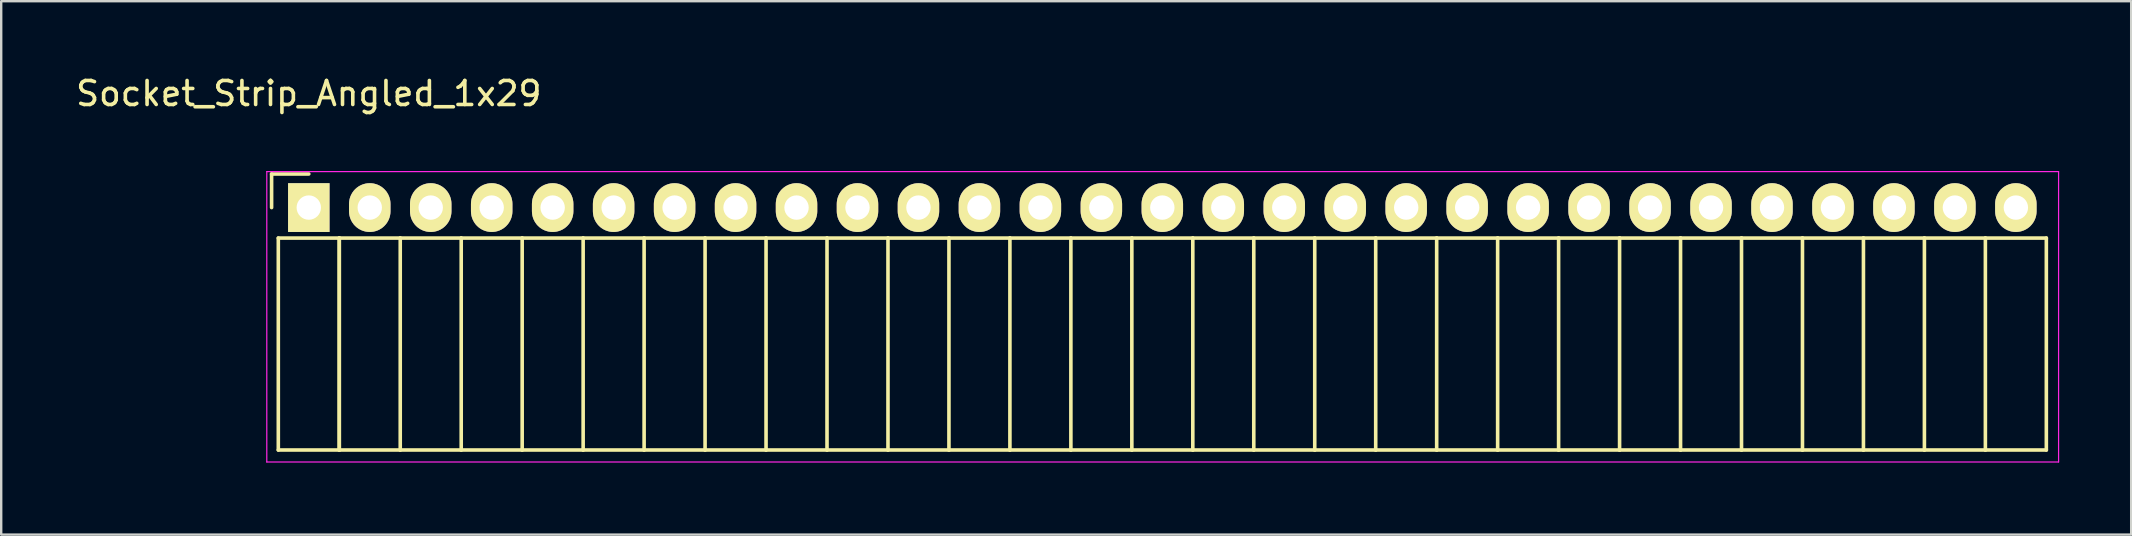
<source format=kicad_pcb>
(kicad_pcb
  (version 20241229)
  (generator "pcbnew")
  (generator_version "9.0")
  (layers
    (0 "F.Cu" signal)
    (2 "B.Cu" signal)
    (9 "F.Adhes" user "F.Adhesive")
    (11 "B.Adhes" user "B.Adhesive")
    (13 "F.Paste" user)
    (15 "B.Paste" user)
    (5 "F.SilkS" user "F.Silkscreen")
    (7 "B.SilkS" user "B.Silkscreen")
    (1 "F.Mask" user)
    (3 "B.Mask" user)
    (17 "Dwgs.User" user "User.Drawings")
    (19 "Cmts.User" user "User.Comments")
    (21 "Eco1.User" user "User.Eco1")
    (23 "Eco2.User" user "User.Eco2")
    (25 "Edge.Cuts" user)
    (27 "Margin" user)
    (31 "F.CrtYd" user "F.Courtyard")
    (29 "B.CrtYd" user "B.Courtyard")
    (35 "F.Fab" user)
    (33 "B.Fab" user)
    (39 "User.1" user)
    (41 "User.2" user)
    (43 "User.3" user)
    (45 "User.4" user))
  (footprint "Socket_Strip_Angled_1x29"
    (layer "F.Cu")
    (at 9.815 5.598)
    (property "Reference" "Socket_Strip_Angled_1x29" (at 0 -4.75 0) (layer "F.SilkS") (effects (font (size 1 1) (thickness 0.15))))
    (attr through_hole)
    (fp_line (start -1.55 -1.4) (end -1.55 0) (stroke (width 0.15) (type solid)) (layer "F.SilkS"))
    (fp_line (start -1.27 1.27) (end -1.27 10.1) (stroke (width 0.15) (type solid)) (layer "F.SilkS"))
    (fp_line (start -1.27 1.27) (end 1.27 1.27) (stroke (width 0.15) (type solid)) (layer "F.SilkS"))
    (fp_line (start -1.27 10.1) (end 1.27 10.1) (stroke (width 0.15) (type solid)) (layer "F.SilkS"))
    (fp_line (start 0 -1.4) (end -1.55 -1.4) (stroke (width 0.15) (type solid)) (layer "F.SilkS"))
    (fp_line (start 1.27 1.27) (end 1.27 10.1) (stroke (width 0.15) (type solid)) (layer "F.SilkS"))
    (fp_line (start 1.27 1.27) (end 3.81 1.27) (stroke (width 0.15) (type solid)) (layer "F.SilkS"))
    (fp_line (start 1.27 10.1) (end 1.27 1.27) (stroke (width 0.15) (type solid)) (layer "F.SilkS"))
    (fp_line (start 1.27 10.1) (end 3.81 10.1) (stroke (width 0.15) (type solid)) (layer "F.SilkS"))
    (fp_line (start 3.81 1.27) (end 6.35 1.27) (stroke (width 0.15) (type solid)) (layer "F.SilkS"))
    (fp_line (start 3.81 10.1) (end 3.81 1.27) (stroke (width 0.15) (type solid)) (layer "F.SilkS"))
    (fp_line (start 3.81 10.1) (end 6.35 10.1) (stroke (width 0.15) (type solid)) (layer "F.SilkS"))
    (fp_line (start 6.35 1.27) (end 8.89 1.27) (stroke (width 0.15) (type solid)) (layer "F.SilkS"))
    (fp_line (start 6.35 10.1) (end 6.35 1.27) (stroke (width 0.15) (type solid)) (layer "F.SilkS"))
    (fp_line (start 6.35 10.1) (end 8.89 10.1) (stroke (width 0.15) (type solid)) (layer "F.SilkS"))
    (fp_line (start 8.89 1.27) (end 11.43 1.27) (stroke (width 0.15) (type solid)) (layer "F.SilkS"))
    (fp_line (start 8.89 10.1) (end 8.89 1.27) (stroke (width 0.15) (type solid)) (layer "F.SilkS"))
    (fp_line (start 8.89 10.1) (end 11.43 10.1) (stroke (width 0.15) (type solid)) (layer "F.SilkS"))
    (fp_line (start 11.43 1.27) (end 13.97 1.27) (stroke (width 0.15) (type solid)) (layer "F.SilkS"))
    (fp_line (start 11.43 10.1) (end 11.43 1.27) (stroke (width 0.15) (type solid)) (layer "F.SilkS"))
    (fp_line (start 11.43 10.1) (end 13.97 10.1) (stroke (width 0.15) (type solid)) (layer "F.SilkS"))
    (fp_line (start 13.97 1.27) (end 16.51 1.27) (stroke (width 0.15) (type solid)) (layer "F.SilkS"))
    (fp_line (start 13.97 10.1) (end 13.97 1.27) (stroke (width 0.15) (type solid)) (layer "F.SilkS"))
    (fp_line (start 13.97 10.1) (end 16.51 10.1) (stroke (width 0.15) (type solid)) (layer "F.SilkS"))
    (fp_line (start 16.51 1.27) (end 19.05 1.27) (stroke (width 0.15) (type solid)) (layer "F.SilkS"))
    (fp_line (start 16.51 10.1) (end 16.51 1.27) (stroke (width 0.15) (type solid)) (layer "F.SilkS"))
    (fp_line (start 16.51 10.1) (end 19.05 10.1) (stroke (width 0.15) (type solid)) (layer "F.SilkS"))
    (fp_line (start 19.05 1.27) (end 21.59 1.27) (stroke (width 0.15) (type solid)) (layer "F.SilkS"))
    (fp_line (start 19.05 10.1) (end 19.05 1.27) (stroke (width 0.15) (type solid)) (layer "F.SilkS"))
    (fp_line (start 19.05 10.1) (end 21.59 10.1) (stroke (width 0.15) (type solid)) (layer "F.SilkS"))
    (fp_line (start 21.59 1.27) (end 24.13 1.27) (stroke (width 0.15) (type solid)) (layer "F.SilkS"))
    (fp_line (start 21.59 10.1) (end 21.59 1.27) (stroke (width 0.15) (type solid)) (layer "F.SilkS"))
    (fp_line (start 21.59 10.1) (end 24.13 10.1) (stroke (width 0.15) (type solid)) (layer "F.SilkS"))
    (fp_line (start 24.13 1.27) (end 26.67 1.27) (stroke (width 0.15) (type solid)) (layer "F.SilkS"))
    (fp_line (start 24.13 10.1) (end 24.13 1.27) (stroke (width 0.15) (type solid)) (layer "F.SilkS"))
    (fp_line (start 24.13 10.1) (end 26.67 10.1) (stroke (width 0.15) (type solid)) (layer "F.SilkS"))
    (fp_line (start 26.67 1.27) (end 29.21 1.27) (stroke (width 0.15) (type solid)) (layer "F.SilkS"))
    (fp_line (start 26.67 10.1) (end 26.67 1.27) (stroke (width 0.15) (type solid)) (layer "F.SilkS"))
    (fp_line (start 26.67 10.1) (end 29.21 10.1) (stroke (width 0.15) (type solid)) (layer "F.SilkS"))
    (fp_line (start 29.21 1.27) (end 31.75 1.27) (stroke (width 0.15) (type solid)) (layer "F.SilkS"))
    (fp_line (start 29.21 10.1) (end 29.21 1.27) (stroke (width 0.15) (type solid)) (layer "F.SilkS"))
    (fp_line (start 29.21 10.1) (end 31.75 10.1) (stroke (width 0.15) (type solid)) (layer "F.SilkS"))
    (fp_line (start 31.75 1.27) (end 34.29 1.27) (stroke (width 0.15) (type solid)) (layer "F.SilkS"))
    (fp_line (start 31.75 10.1) (end 31.75 1.27) (stroke (width 0.15) (type solid)) (layer "F.SilkS"))
    (fp_line (start 31.75 10.1) (end 34.29 10.1) (stroke (width 0.15) (type solid)) (layer "F.SilkS"))
    (fp_line (start 34.29 1.27) (end 36.83 1.27) (stroke (width 0.15) (type solid)) (layer "F.SilkS"))
    (fp_line (start 34.29 10.1) (end 34.29 1.27) (stroke (width 0.15) (type solid)) (layer "F.SilkS"))
    (fp_line (start 34.29 10.1) (end 36.83 10.1) (stroke (width 0.15) (type solid)) (layer "F.SilkS"))
    (fp_line (start 36.83 1.27) (end 39.37 1.27) (stroke (width 0.15) (type solid)) (layer "F.SilkS"))
    (fp_line (start 36.83 10.1) (end 36.83 1.27) (stroke (width 0.15) (type solid)) (layer "F.SilkS"))
    (fp_line (start 36.83 10.1) (end 39.37 10.1) (stroke (width 0.15) (type solid)) (layer "F.SilkS"))
    (fp_line (start 39.37 1.27) (end 41.91 1.27) (stroke (width 0.15) (type solid)) (layer "F.SilkS"))
    (fp_line (start 39.37 10.1) (end 39.37 1.27) (stroke (width 0.15) (type solid)) (layer "F.SilkS"))
    (fp_line (start 39.37 10.1) (end 41.91 10.1) (stroke (width 0.15) (type solid)) (layer "F.SilkS"))
    (fp_line (start 41.91 1.27) (end 44.45 1.27) (stroke (width 0.15) (type solid)) (layer "F.SilkS"))
    (fp_line (start 41.91 10.1) (end 41.91 1.27) (stroke (width 0.15) (type solid)) (layer "F.SilkS"))
    (fp_line (start 41.91 10.1) (end 44.45 10.1) (stroke (width 0.15) (type solid)) (layer "F.SilkS"))
    (fp_line (start 44.45 1.27) (end 46.99 1.27) (stroke (width 0.15) (type solid)) (layer "F.SilkS"))
    (fp_line (start 44.45 10.1) (end 44.45 1.27) (stroke (width 0.15) (type solid)) (layer "F.SilkS"))
    (fp_line (start 44.45 10.1) (end 46.99 10.1) (stroke (width 0.15) (type solid)) (layer "F.SilkS"))
    (fp_line (start 46.99 1.27) (end 49.53 1.27) (stroke (width 0.15) (type solid)) (layer "F.SilkS"))
    (fp_line (start 46.99 10.1) (end 46.99 1.27) (stroke (width 0.15) (type solid)) (layer "F.SilkS"))
    (fp_line (start 46.99 10.1) (end 49.53 10.1) (stroke (width 0.15) (type solid)) (layer "F.SilkS"))
    (fp_line (start 49.53 1.27) (end 52.07 1.27) (stroke (width 0.15) (type solid)) (layer "F.SilkS"))
    (fp_line (start 49.53 10.1) (end 49.53 1.27) (stroke (width 0.15) (type solid)) (layer "F.SilkS"))
    (fp_line (start 49.53 10.1) (end 52.07 10.1) (stroke (width 0.15) (type solid)) (layer "F.SilkS"))
    (fp_line (start 52.07 1.27) (end 54.61 1.27) (stroke (width 0.15) (type solid)) (layer "F.SilkS"))
    (fp_line (start 52.07 10.1) (end 52.07 1.27) (stroke (width 0.15) (type solid)) (layer "F.SilkS"))
    (fp_line (start 52.07 10.1) (end 54.61 10.1) (stroke (width 0.15) (type solid)) (layer "F.SilkS"))
    (fp_line (start 54.61 1.27) (end 57.15 1.27) (stroke (width 0.15) (type solid)) (layer "F.SilkS"))
    (fp_line (start 54.61 10.1) (end 54.61 1.27) (stroke (width 0.15) (type solid)) (layer "F.SilkS"))
    (fp_line (start 54.61 10.1) (end 57.15 10.1) (stroke (width 0.15) (type solid)) (layer "F.SilkS"))
    (fp_line (start 57.15 1.27) (end 59.69 1.27) (stroke (width 0.15) (type solid)) (layer "F.SilkS"))
    (fp_line (start 57.15 10.1) (end 57.15 1.27) (stroke (width 0.15) (type solid)) (layer "F.SilkS"))
    (fp_line (start 57.15 10.1) (end 59.69 10.1) (stroke (width 0.15) (type solid)) (layer "F.SilkS"))
    (fp_line (start 59.69 1.27) (end 62.23 1.27) (stroke (width 0.15) (type solid)) (layer "F.SilkS"))
    (fp_line (start 59.69 10.1) (end 59.69 1.27) (stroke (width 0.15) (type solid)) (layer "F.SilkS"))
    (fp_line (start 59.69 10.1) (end 62.23 10.1) (stroke (width 0.15) (type solid)) (layer "F.SilkS"))
    (fp_line (start 62.23 1.27) (end 64.77 1.27) (stroke (width 0.15) (type solid)) (layer "F.SilkS"))
    (fp_line (start 62.23 10.1) (end 62.23 1.27) (stroke (width 0.15) (type solid)) (layer "F.SilkS"))
    (fp_line (start 62.23 10.1) (end 64.77 10.1) (stroke (width 0.15) (type solid)) (layer "F.SilkS"))
    (fp_line (start 64.77 1.27) (end 67.31 1.27) (stroke (width 0.15) (type solid)) (layer "F.SilkS"))
    (fp_line (start 64.77 10.1) (end 64.77 1.27) (stroke (width 0.15) (type solid)) (layer "F.SilkS"))
    (fp_line (start 64.77 10.1) (end 67.31 10.1) (stroke (width 0.15) (type solid)) (layer "F.SilkS"))
    (fp_line (start 67.31 1.27) (end 69.85 1.27) (stroke (width 0.15) (type solid)) (layer "F.SilkS"))
    (fp_line (start 67.31 10.1) (end 67.31 1.27) (stroke (width 0.15) (type solid)) (layer "F.SilkS"))
    (fp_line (start 67.31 10.1) (end 69.85 10.1) (stroke (width 0.15) (type solid)) (layer "F.SilkS"))
    (fp_line (start 69.85 1.27) (end 72.39 1.27) (stroke (width 0.15) (type solid)) (layer "F.SilkS"))
    (fp_line (start 69.85 10.1) (end 69.85 1.27) (stroke (width 0.15) (type solid)) (layer "F.SilkS"))
    (fp_line (start 69.85 10.1) (end 72.39 10.1) (stroke (width 0.15) (type solid)) (layer "F.SilkS"))
    (fp_line (start 72.39 10.1) (end 72.39 1.27) (stroke (width 0.15) (type solid)) (layer "F.SilkS"))
    (fp_line (start -1.75 -1.5) (end -1.75 10.6) (stroke (width 0.05) (type solid)) (layer "F.CrtYd"))
    (fp_line (start -1.75 -1.5) (end 72.9 -1.5) (stroke (width 0.05) (type solid)) (layer "F.CrtYd"))
    (fp_line (start -1.75 10.6) (end 72.9 10.6) (stroke (width 0.05) (type solid)) (layer "F.CrtYd"))
    (fp_line (start 72.9 -1.5) (end 72.9 10.6) (stroke (width 0.05) (type solid)) (layer "F.CrtYd"))
    (pad "1" thru_hole rect (at 0 0) (size 1.727 2.032) (drill 1.016) (layers "*.Cu" "*.Mask" "F.SilkS"))
    (pad "2" thru_hole oval (at 2.54 0) (size 1.727 2.032) (drill 1.016) (layers "*.Cu" "*.Mask" "F.SilkS"))
    (pad "3" thru_hole oval (at 5.08 0) (size 1.727 2.032) (drill 1.016) (layers "*.Cu" "*.Mask" "F.SilkS"))
    (pad "4" thru_hole oval (at 7.62 0) (size 1.727 2.032) (drill 1.016) (layers "*.Cu" "*.Mask" "F.SilkS"))
    (pad "5" thru_hole oval (at 10.16 0) (size 1.727 2.032) (drill 1.016) (layers "*.Cu" "*.Mask" "F.SilkS"))
    (pad "6" thru_hole oval (at 12.7 0) (size 1.727 2.032) (drill 1.016) (layers "*.Cu" "*.Mask" "F.SilkS"))
    (pad "7" thru_hole oval (at 15.24 0) (size 1.727 2.032) (drill 1.016) (layers "*.Cu" "*.Mask" "F.SilkS"))
    (pad "8" thru_hole oval (at 17.78 0) (size 1.727 2.032) (drill 1.016) (layers "*.Cu" "*.Mask" "F.SilkS"))
    (pad "9" thru_hole oval (at 20.32 0) (size 1.727 2.032) (drill 1.016) (layers "*.Cu" "*.Mask" "F.SilkS"))
    (pad "10" thru_hole oval (at 22.86 0) (size 1.727 2.032) (drill 1.016) (layers "*.Cu" "*.Mask" "F.SilkS"))
    (pad "11" thru_hole oval (at 25.4 0) (size 1.727 2.032) (drill 1.016) (layers "*.Cu" "*.Mask" "F.SilkS"))
    (pad "12" thru_hole oval (at 27.94 0) (size 1.727 2.032) (drill 1.016) (layers "*.Cu" "*.Mask" "F.SilkS"))
    (pad "13" thru_hole oval (at 30.48 0) (size 1.727 2.032) (drill 1.016) (layers "*.Cu" "*.Mask" "F.SilkS"))
    (pad "14" thru_hole oval (at 33.02 0) (size 1.727 2.032) (drill 1.016) (layers "*.Cu" "*.Mask" "F.SilkS"))
    (pad "15" thru_hole oval (at 35.56 0) (size 1.727 2.032) (drill 1.016) (layers "*.Cu" "*.Mask" "F.SilkS"))
    (pad "16" thru_hole oval (at 38.1 0) (size 1.727 2.032) (drill 1.016) (layers "*.Cu" "*.Mask" "F.SilkS"))
    (pad "17" thru_hole oval (at 40.64 0) (size 1.727 2.032) (drill 1.016) (layers "*.Cu" "*.Mask" "F.SilkS"))
    (pad "18" thru_hole oval (at 43.18 0) (size 1.727 2.032) (drill 1.016) (layers "*.Cu" "*.Mask" "F.SilkS"))
    (pad "19" thru_hole oval (at 45.72 0) (size 1.727 2.032) (drill 1.016) (layers "*.Cu" "*.Mask" "F.SilkS"))
    (pad "20" thru_hole oval (at 48.26 0) (size 1.727 2.032) (drill 1.016) (layers "*.Cu" "*.Mask" "F.SilkS"))
    (pad "21" thru_hole oval (at 50.8 0) (size 1.727 2.032) (drill 1.016) (layers "*.Cu" "*.Mask" "F.SilkS"))
    (pad "22" thru_hole oval (at 53.34 0) (size 1.727 2.032) (drill 1.016) (layers "*.Cu" "*.Mask" "F.SilkS"))
    (pad "23" thru_hole oval (at 55.88 0) (size 1.727 2.032) (drill 1.016) (layers "*.Cu" "*.Mask" "F.SilkS"))
    (pad "24" thru_hole oval (at 58.42 0) (size 1.727 2.032) (drill 1.016) (layers "*.Cu" "*.Mask" "F.SilkS"))
    (pad "25" thru_hole oval (at 60.96 0) (size 1.727 2.032) (drill 1.016) (layers "*.Cu" "*.Mask" "F.SilkS"))
    (pad "26" thru_hole oval (at 63.5 0) (size 1.727 2.032) (drill 1.016) (layers "*.Cu" "*.Mask" "F.SilkS"))
    (pad "27" thru_hole oval (at 66.04 0) (size 1.727 2.032) (drill 1.016) (layers "*.Cu" "*.Mask" "F.SilkS"))
    (pad "28" thru_hole oval (at 68.58 0) (size 1.727 2.032) (drill 1.016) (layers "*.Cu" "*.Mask" "F.SilkS"))
    (pad "29" thru_hole oval (at 71.12 0) (size 1.727 2.032) (drill 1.016) (layers "*.Cu" "*.Mask" "F.SilkS")))
  (gr_rect
    (start -3 -3)
    (end 85.74 19.223)
    (stroke (width 0.1) (type default))
    (fill no)
    (layer "Edge.Cuts")))
</source>
